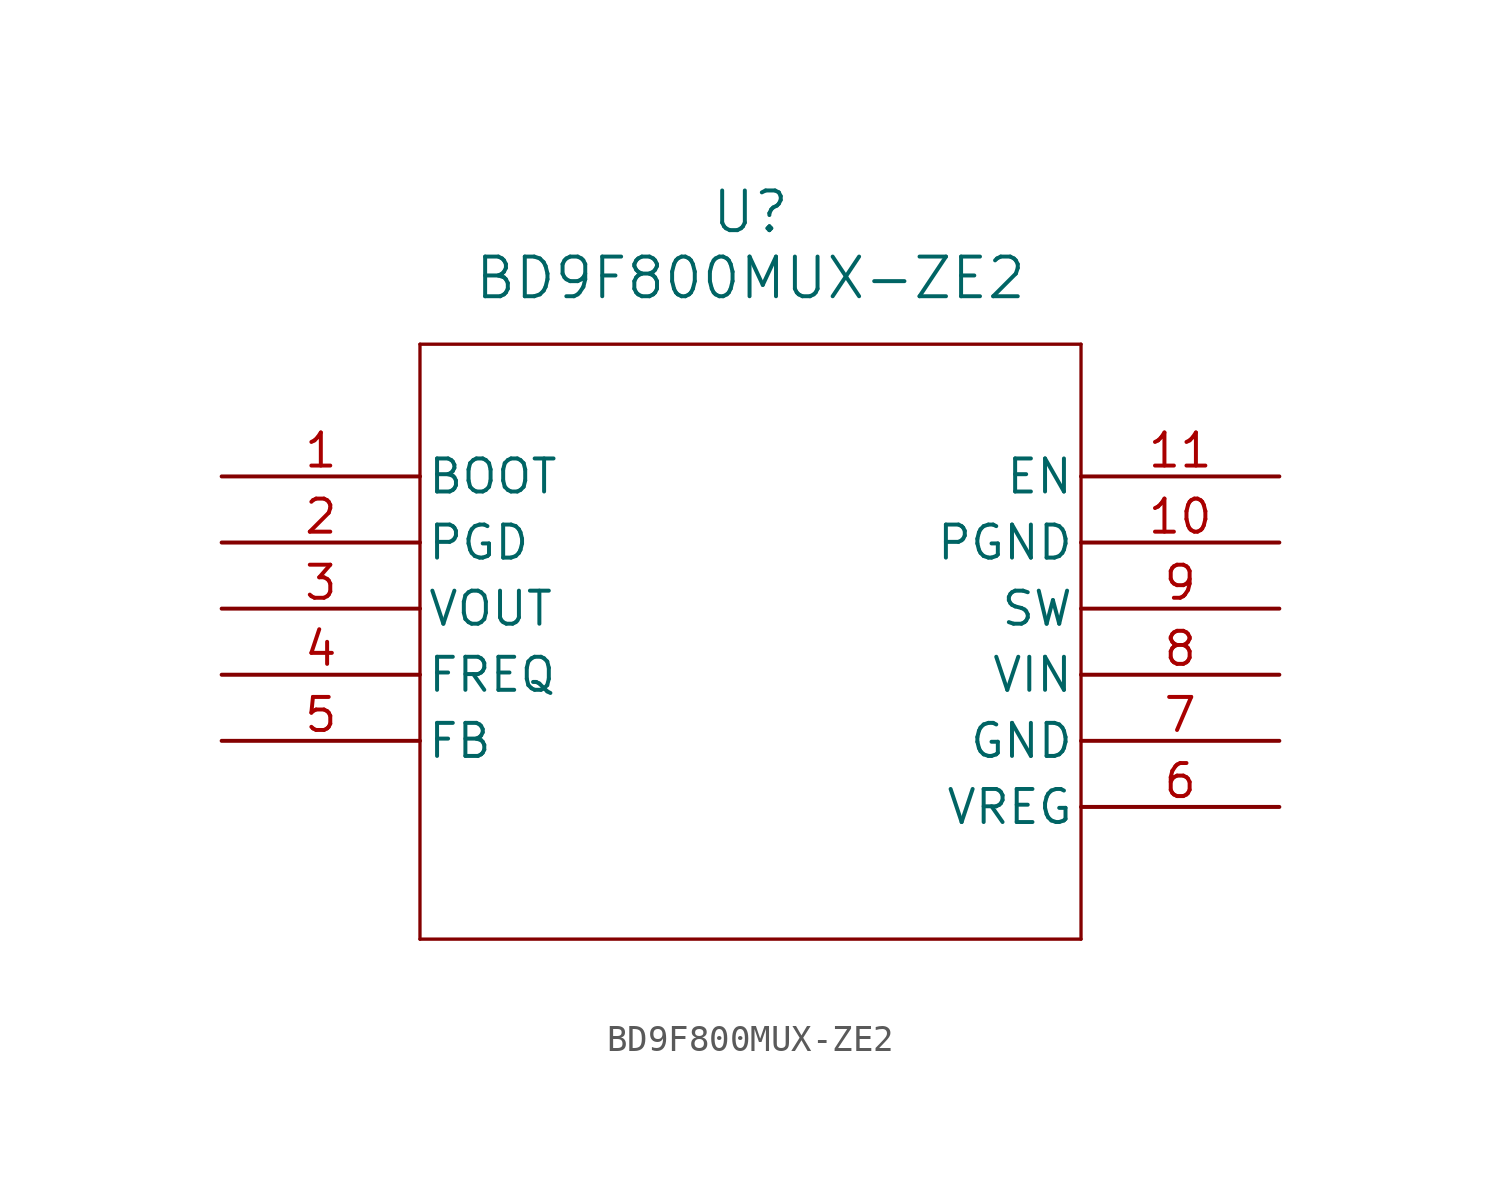
<source format=kicad_sym>
(kicad_symbol_lib
  (version 20211014)
  (generator kicad_symbol_editor)
  (symbol "BD9F800MUX-ZE2"
    (pin_names
      (offset 0.254))
    (property "Reference" "U"
      (at 20.32 10.16 0)
      (effects (font (size 1.524 1.524))))
    (property "Value" "BD9F800MUX-ZE2"
      (at 20.32 7.62 0)
      (effects (font (size 1.524 1.524))))
    (symbol "BD9F800MUX-ZE2_0_1"
      (polyline (pts (xy 7.62 5.08) (xy 7.62 -17.78)) (stroke (width 0.127) (type default) (color 0 0 0 0)) (fill (type none)))
      (polyline (pts (xy 7.62 -17.78) (xy 33.02 -17.78)) (stroke (width 0.127) (type default) (color 0 0 0 0)) (fill (type none)))
      (polyline (pts (xy 33.02 -17.78) (xy 33.02 5.08)) (stroke (width 0.127) (type default) (color 0 0 0 0)) (fill (type none)))
      (polyline (pts (xy 33.02 5.08) (xy 7.62 5.08)) (stroke (width 0.127) (type default) (color 0 0 0 0)) (fill (type none)))
      (pin unspecified line (at 0 0 0) (length 7.62) (name "BOOT" (effects (font (size 1.27 1.27)))) (number "1" (effects (font (size 1.27 1.27)))))
      (pin unspecified line (at 0 -2.54 0) (length 7.62) (name "PGD" (effects (font (size 1.27 1.27)))) (number "2" (effects (font (size 1.27 1.27)))))
      (pin output line (at 0 -5.08 0) (length 7.62) (name "VOUT" (effects (font (size 1.27 1.27)))) (number "3" (effects (font (size 1.27 1.27)))))
      (pin unspecified line (at 0 -7.62 0) (length 7.62) (name "FREQ" (effects (font (size 1.27 1.27)))) (number "4" (effects (font (size 1.27 1.27)))))
      (pin input line (at 0 -10.16 0) (length 7.62) (name "FB" (effects (font (size 1.27 1.27)))) (number "5" (effects (font (size 1.27 1.27)))))
      (pin power_in line (at 40.64 -12.7 180) (length 7.62) (name "VREG" (effects (font (size 1.27 1.27)))) (number "6" (effects (font (size 1.27 1.27)))))
      (pin power_out line (at 40.64 -10.16 180) (length 7.62) (name "GND" (effects (font (size 1.27 1.27)))) (number "7" (effects (font (size 1.27 1.27)))))
      (pin input line (at 40.64 -7.62 180) (length 7.62) (name "VIN" (effects (font (size 1.27 1.27)))) (number "8" (effects (font (size 1.27 1.27)))))
      (pin bidirectional line (at 40.64 -5.08 180) (length 7.62) (name "SW" (effects (font (size 1.27 1.27)))) (number "9" (effects (font (size 1.27 1.27)))))
      (pin power_out line (at 40.64 -2.54 180) (length 7.62) (name "PGND" (effects (font (size 1.27 1.27)))) (number "10" (effects (font (size 1.27 1.27)))))
      (pin input line (at 40.64 0 180) (length 7.62) (name "EN" (effects (font (size 1.27 1.27)))) (number "11" (effects (font (size 1.27 1.27))))))))
</source>
